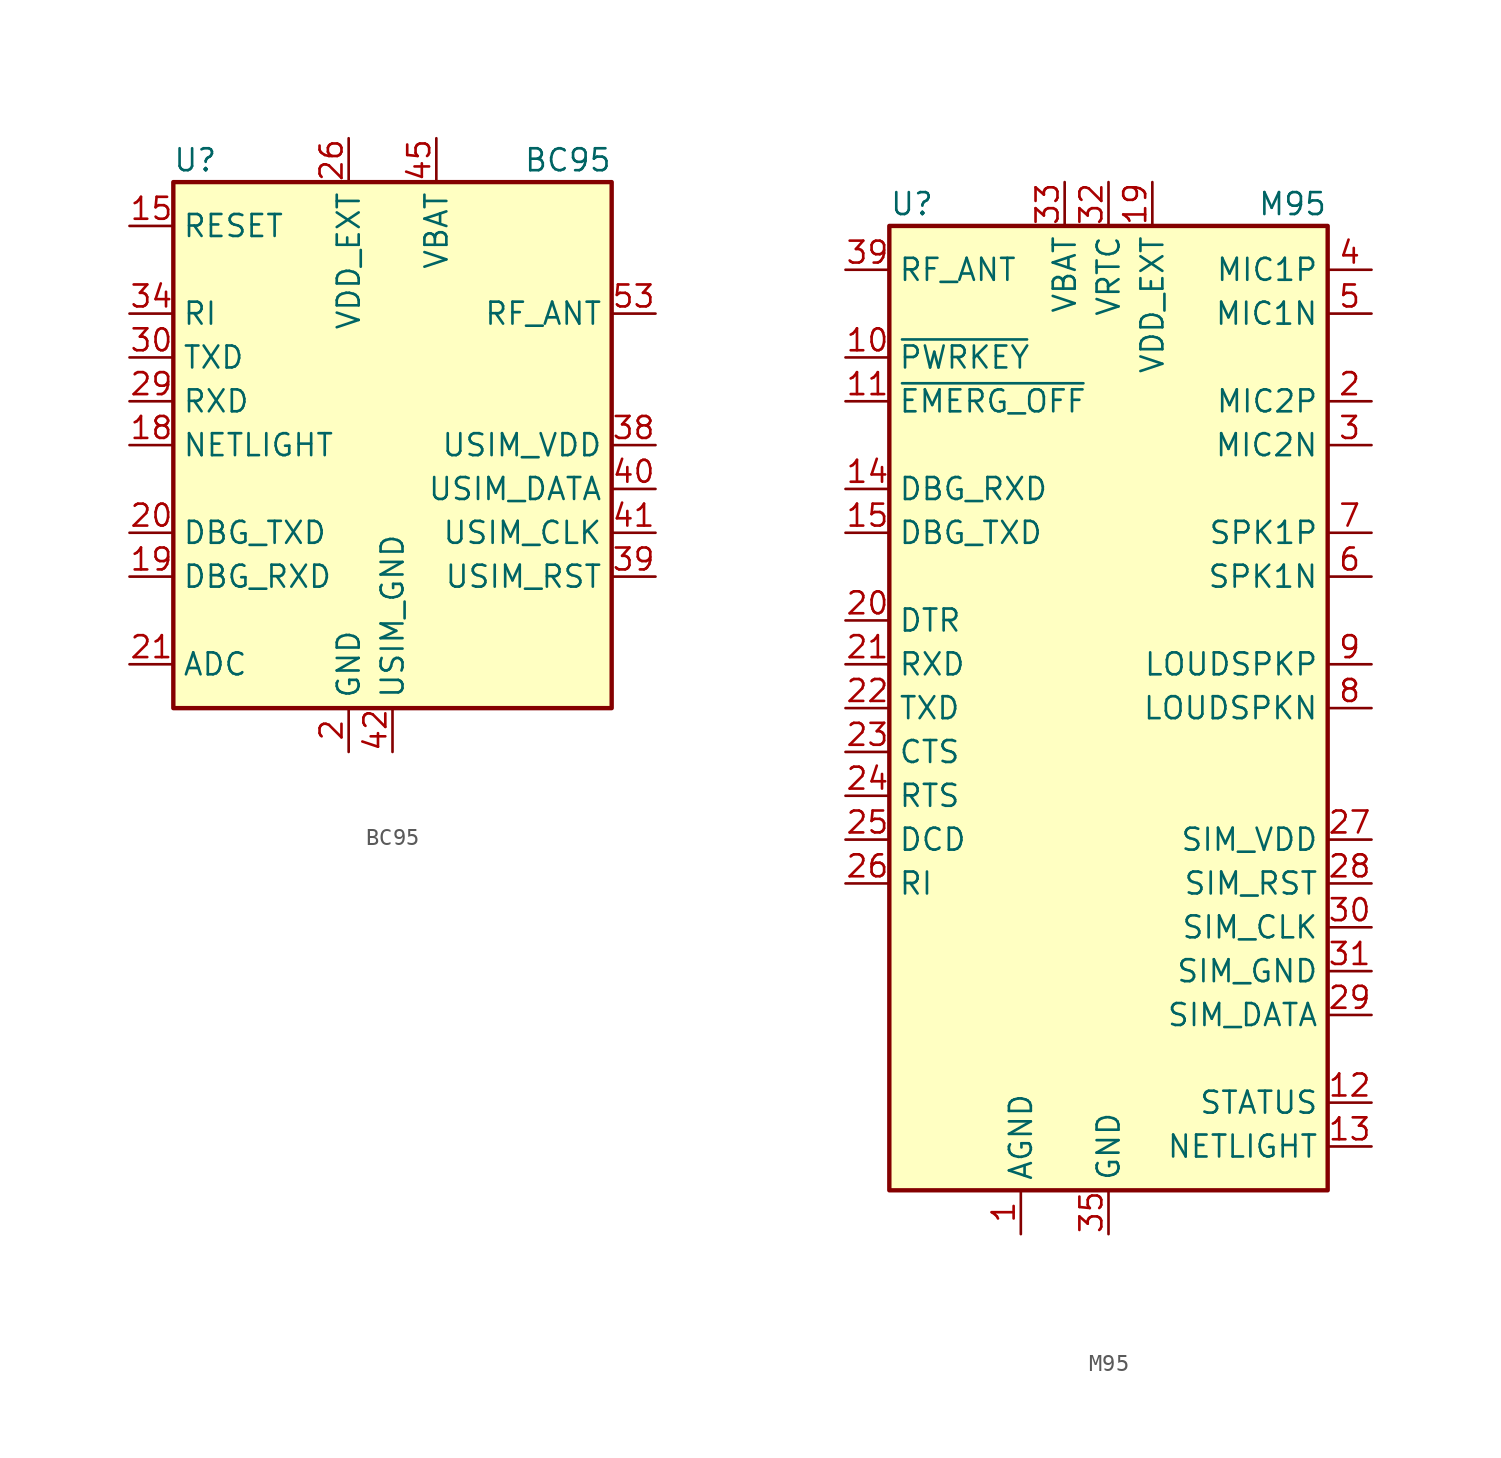
<source format=kicad_sym>
(kicad_symbol_lib
  (version 20241209)
  (generator "kicad_symbol_editor")
  (generator_version "9.0")
  (symbol "BC95"
    (property "Reference" "U"
      (at -11.43 16.51 0)
      (effects (font (size 1.27 1.27))))
    (property "Value" "BC95"
      (at 10.16 16.51 0)
      (effects (font (size 1.27 1.27))))
    (symbol "BC95_0_1"
      (rectangle (start -12.7 15.24) (end 12.7 -15.24) (stroke (width 0.254) (type default)) (fill (type background))))
    (symbol "BC95_1_1"
      (pin input line (at -15.24 12.7 0) (length 2.54) (name "RESET" (effects (font (size 1.27 1.27)))) (number "15" (effects (font (size 1.27 1.27)))))
      (pin output line (at -15.24 7.62 0) (length 2.54) (name "RI" (effects (font (size 1.27 1.27)))) (number "34" (effects (font (size 1.27 1.27)))))
      (pin output line (at -15.24 5.08 0) (length 2.54) (name "TXD" (effects (font (size 1.27 1.27)))) (number "30" (effects (font (size 1.27 1.27)))))
      (pin input line (at -15.24 2.54 0) (length 2.54) (name "RXD" (effects (font (size 1.27 1.27)))) (number "29" (effects (font (size 1.27 1.27)))))
      (pin output line (at -15.24 0 0) (length 2.54) (name "NETLIGHT" (effects (font (size 1.27 1.27)))) (number "18" (effects (font (size 1.27 1.27)))))
      (pin output line (at -15.24 -5.08 0) (length 2.54) (name "DBG_TXD" (effects (font (size 1.27 1.27)))) (number "20" (effects (font (size 1.27 1.27)))))
      (pin input line (at -15.24 -7.62 0) (length 2.54) (name "DBG_RXD" (effects (font (size 1.27 1.27)))) (number "19" (effects (font (size 1.27 1.27)))))
      (pin input line (at -15.24 -12.7 0) (length 2.54) (name "ADC" (effects (font (size 1.27 1.27)))) (number "21" (effects (font (size 1.27 1.27)))))
      (pin power_out line (at -2.54 17.78 270) (length 2.54) (name "VDD_EXT" (effects (font (size 1.27 1.27)))) (number "26" (effects (font (size 1.27 1.27)))))
      (pin power_in line (at -2.54 -17.78 90) (length 2.54) (name "GND" (effects (font (size 1.27 1.27)))) (number "2" (effects (font (size 1.27 1.27)))))
      (pin passive line (at -2.54 -17.78 90) (length 2.54) (hide yes) (name "GND" (effects (font (size 1.27 1.27)))) (number "43" (effects (font (size 1.27 1.27)))))
      (pin passive line (at -2.54 -17.78 90) (length 2.54) (hide yes) (name "GND" (effects (font (size 1.27 1.27)))) (number "47" (effects (font (size 1.27 1.27)))))
      (pin passive line (at -2.54 -17.78 90) (length 2.54) (hide yes) (name "GND" (effects (font (size 1.27 1.27)))) (number "48" (effects (font (size 1.27 1.27)))))
      (pin passive line (at -2.54 -17.78 90) (length 2.54) (hide yes) (name "GND" (effects (font (size 1.27 1.27)))) (number "51" (effects (font (size 1.27 1.27)))))
      (pin passive line (at -2.54 -17.78 90) (length 2.54) (hide yes) (name "GND" (effects (font (size 1.27 1.27)))) (number "52" (effects (font (size 1.27 1.27)))))
      (pin passive line (at -2.54 -17.78 90) (length 2.54) (hide yes) (name "GND" (effects (font (size 1.27 1.27)))) (number "54" (effects (font (size 1.27 1.27)))))
      (pin passive line (at -2.54 -17.78 90) (length 2.54) (hide yes) (name "GND" (effects (font (size 1.27 1.27)))) (number "59" (effects (font (size 1.27 1.27)))))
      (pin passive line (at -2.54 -17.78 90) (length 2.54) (hide yes) (name "GND" (effects (font (size 1.27 1.27)))) (number "60" (effects (font (size 1.27 1.27)))))
      (pin passive line (at -2.54 -17.78 90) (length 2.54) (hide yes) (name "GND" (effects (font (size 1.27 1.27)))) (number "61" (effects (font (size 1.27 1.27)))))
      (pin passive line (at -2.54 -17.78 90) (length 2.54) (hide yes) (name "GND" (effects (font (size 1.27 1.27)))) (number "62" (effects (font (size 1.27 1.27)))))
      (pin passive line (at -2.54 -17.78 90) (length 2.54) (hide yes) (name "GND" (effects (font (size 1.27 1.27)))) (number "63" (effects (font (size 1.27 1.27)))))
      (pin passive line (at -2.54 -17.78 90) (length 2.54) (hide yes) (name "GND" (effects (font (size 1.27 1.27)))) (number "64" (effects (font (size 1.27 1.27)))))
      (pin passive line (at -2.54 -17.78 90) (length 2.54) (hide yes) (name "GND" (effects (font (size 1.27 1.27)))) (number "65" (effects (font (size 1.27 1.27)))))
      (pin passive line (at -2.54 -17.78 90) (length 2.54) (hide yes) (name "GND" (effects (font (size 1.27 1.27)))) (number "66" (effects (font (size 1.27 1.27)))))
      (pin passive line (at -2.54 -17.78 90) (length 2.54) (hide yes) (name "GND" (effects (font (size 1.27 1.27)))) (number "71" (effects (font (size 1.27 1.27)))))
      (pin passive line (at -2.54 -17.78 90) (length 2.54) (hide yes) (name "GND" (effects (font (size 1.27 1.27)))) (number "72" (effects (font (size 1.27 1.27)))))
      (pin passive line (at -2.54 -17.78 90) (length 2.54) (hide yes) (name "GND" (effects (font (size 1.27 1.27)))) (number "73" (effects (font (size 1.27 1.27)))))
      (pin passive line (at -2.54 -17.78 90) (length 2.54) (hide yes) (name "GND" (effects (font (size 1.27 1.27)))) (number "74" (effects (font (size 1.27 1.27)))))
      (pin passive line (at -2.54 -17.78 90) (length 2.54) (hide yes) (name "GND" (effects (font (size 1.27 1.27)))) (number "81" (effects (font (size 1.27 1.27)))))
      (pin passive line (at -2.54 -17.78 90) (length 2.54) (hide yes) (name "GND" (effects (font (size 1.27 1.27)))) (number "82" (effects (font (size 1.27 1.27)))))
      (pin passive line (at -2.54 -17.78 90) (length 2.54) (hide yes) (name "GND" (effects (font (size 1.27 1.27)))) (number "83" (effects (font (size 1.27 1.27)))))
      (pin passive line (at -2.54 -17.78 90) (length 2.54) (hide yes) (name "GND" (effects (font (size 1.27 1.27)))) (number "92" (effects (font (size 1.27 1.27)))))
      (pin passive line (at -2.54 -17.78 90) (length 2.54) (hide yes) (name "GND" (effects (font (size 1.27 1.27)))) (number "93" (effects (font (size 1.27 1.27)))))
      (pin passive line (at -2.54 -17.78 90) (length 2.54) (hide yes) (name "GND" (effects (font (size 1.27 1.27)))) (number "94" (effects (font (size 1.27 1.27)))))
      (pin power_in line (at 0 -17.78 90) (length 2.54) (name "USIM_GND" (effects (font (size 1.27 1.27)))) (number "42" (effects (font (size 1.27 1.27)))))
      (pin power_in line (at 2.54 17.78 270) (length 2.54) (name "VBAT" (effects (font (size 1.27 1.27)))) (number "45" (effects (font (size 1.27 1.27)))))
      (pin passive line (at 2.54 17.78 270) (length 2.54) (hide yes) (name "VBAT" (effects (font (size 1.27 1.27)))) (number "46" (effects (font (size 1.27 1.27)))))
      (pin passive line (at 15.24 7.62 180) (length 2.54) (name "RF_ANT" (effects (font (size 1.27 1.27)))) (number "53" (effects (font (size 1.27 1.27)))))
      (pin power_out line (at 15.24 0 180) (length 2.54) (name "USIM_VDD" (effects (font (size 1.27 1.27)))) (number "38" (effects (font (size 1.27 1.27)))))
      (pin bidirectional line (at 15.24 -2.54 180) (length 2.54) (name "USIM_DATA" (effects (font (size 1.27 1.27)))) (number "40" (effects (font (size 1.27 1.27)))))
      (pin output line (at 15.24 -5.08 180) (length 2.54) (name "USIM_CLK" (effects (font (size 1.27 1.27)))) (number "41" (effects (font (size 1.27 1.27)))))
      (pin output line (at 15.24 -7.62 180) (length 2.54) (name "USIM_RST" (effects (font (size 1.27 1.27)))) (number "39" (effects (font (size 1.27 1.27)))))))
  (symbol "M95"
    (property "Reference" "U"
      (at -12.7 29.21 0)
      (effects (font (size 1.27 1.27)) (justify left)))
    (property "Value" "M95"
      (at 12.7 29.21 0)
      (effects (font (size 1.27 1.27)) (justify right)))
    (symbol "M95_0_1"
      (rectangle (start -12.7 27.94) (end 12.7 -27.94) (stroke (width 0.254) (type default)) (fill (type background))))
    (symbol "M95_1_1"
      (pin passive line (at -15.24 25.4 0) (length 2.54) (name "RF_ANT" (effects (font (size 1.27 1.27)))) (number "39" (effects (font (size 1.27 1.27)))))
      (pin input line (at -15.24 20.32 0) (length 2.54) (name "~{PWRKEY}" (effects (font (size 1.27 1.27)))) (number "10" (effects (font (size 1.27 1.27)))))
      (pin input line (at -15.24 17.78 0) (length 2.54) (name "~{EMERG_OFF}" (effects (font (size 1.27 1.27)))) (number "11" (effects (font (size 1.27 1.27)))))
      (pin input line (at -15.24 12.7 0) (length 2.54) (name "DBG_RXD" (effects (font (size 1.27 1.27)))) (number "14" (effects (font (size 1.27 1.27)))))
      (pin output line (at -15.24 10.16 0) (length 2.54) (name "DBG_TXD" (effects (font (size 1.27 1.27)))) (number "15" (effects (font (size 1.27 1.27)))))
      (pin input line (at -15.24 5.08 0) (length 2.54) (name "DTR" (effects (font (size 1.27 1.27)))) (number "20" (effects (font (size 1.27 1.27)))))
      (pin input line (at -15.24 2.54 0) (length 2.54) (name "RXD" (effects (font (size 1.27 1.27)))) (number "21" (effects (font (size 1.27 1.27)))))
      (pin output line (at -15.24 0 0) (length 2.54) (name "TXD" (effects (font (size 1.27 1.27)))) (number "22" (effects (font (size 1.27 1.27)))))
      (pin output line (at -15.24 -2.54 0) (length 2.54) (name "CTS" (effects (font (size 1.27 1.27)))) (number "23" (effects (font (size 1.27 1.27)))))
      (pin input line (at -15.24 -5.08 0) (length 2.54) (name "RTS" (effects (font (size 1.27 1.27)))) (number "24" (effects (font (size 1.27 1.27)))))
      (pin output line (at -15.24 -7.62 0) (length 2.54) (name "DCD" (effects (font (size 1.27 1.27)))) (number "25" (effects (font (size 1.27 1.27)))))
      (pin output line (at -15.24 -10.16 0) (length 2.54) (name "RI" (effects (font (size 1.27 1.27)))) (number "26" (effects (font (size 1.27 1.27)))))
      (pin no_connect line (at -12.7 -12.7 0) (length 2.54) (hide yes) (name "RESERVED" (effects (font (size 1.27 1.27)))) (number "16" (effects (font (size 1.27 1.27)))))
      (pin no_connect line (at -12.7 -15.24 0) (length 2.54) (hide yes) (name "RESERVED" (effects (font (size 1.27 1.27)))) (number "17" (effects (font (size 1.27 1.27)))))
      (pin no_connect line (at -12.7 -17.78 0) (length 2.54) (hide yes) (name "RESERVED" (effects (font (size 1.27 1.27)))) (number "18" (effects (font (size 1.27 1.27)))))
      (pin no_connect line (at -12.7 -20.32 0) (length 2.54) (hide yes) (name "RESERVED" (effects (font (size 1.27 1.27)))) (number "41" (effects (font (size 1.27 1.27)))))
      (pin no_connect line (at -12.7 -22.86 0) (length 2.54) (hide yes) (name "RESERVED" (effects (font (size 1.27 1.27)))) (number "42" (effects (font (size 1.27 1.27)))))
      (pin power_in line (at -5.08 -30.48 90) (length 2.54) (name "AGND" (effects (font (size 1.27 1.27)))) (number "1" (effects (font (size 1.27 1.27)))))
      (pin power_in line (at -2.54 30.48 270) (length 2.54) (name "VBAT" (effects (font (size 1.27 1.27)))) (number "33" (effects (font (size 1.27 1.27)))))
      (pin passive line (at -2.54 30.48 270) (length 2.54) (hide yes) (name "VBAT" (effects (font (size 1.27 1.27)))) (number "34" (effects (font (size 1.27 1.27)))))
      (pin power_in line (at 0 30.48 270) (length 2.54) (name "VRTC" (effects (font (size 1.27 1.27)))) (number "32" (effects (font (size 1.27 1.27)))))
      (pin power_in line (at 0 -30.48 90) (length 2.54) (name "GND" (effects (font (size 1.27 1.27)))) (number "35" (effects (font (size 1.27 1.27)))))
      (pin passive line (at 0 -30.48 90) (length 2.54) (hide yes) (name "GND" (effects (font (size 1.27 1.27)))) (number "36" (effects (font (size 1.27 1.27)))))
      (pin passive line (at 0 -30.48 90) (length 2.54) (hide yes) (name "GND" (effects (font (size 1.27 1.27)))) (number "37" (effects (font (size 1.27 1.27)))))
      (pin passive line (at 0 -30.48 90) (length 2.54) (hide yes) (name "GND" (effects (font (size 1.27 1.27)))) (number "38" (effects (font (size 1.27 1.27)))))
      (pin passive line (at 0 -30.48 90) (length 2.54) (hide yes) (name "GND" (effects (font (size 1.27 1.27)))) (number "40" (effects (font (size 1.27 1.27)))))
      (pin power_out line (at 2.54 30.48 270) (length 2.54) (name "VDD_EXT" (effects (font (size 1.27 1.27)))) (number "19" (effects (font (size 1.27 1.27)))))
      (pin input line (at 15.24 25.4 180) (length 2.54) (name "MIC1P" (effects (font (size 1.27 1.27)))) (number "4" (effects (font (size 1.27 1.27)))))
      (pin input line (at 15.24 22.86 180) (length 2.54) (name "MIC1N" (effects (font (size 1.27 1.27)))) (number "5" (effects (font (size 1.27 1.27)))))
      (pin input line (at 15.24 17.78 180) (length 2.54) (name "MIC2P" (effects (font (size 1.27 1.27)))) (number "2" (effects (font (size 1.27 1.27)))))
      (pin input line (at 15.24 15.24 180) (length 2.54) (name "MIC2N" (effects (font (size 1.27 1.27)))) (number "3" (effects (font (size 1.27 1.27)))))
      (pin output line (at 15.24 10.16 180) (length 2.54) (name "SPK1P" (effects (font (size 1.27 1.27)))) (number "7" (effects (font (size 1.27 1.27)))))
      (pin output line (at 15.24 7.62 180) (length 2.54) (name "SPK1N" (effects (font (size 1.27 1.27)))) (number "6" (effects (font (size 1.27 1.27)))))
      (pin output line (at 15.24 2.54 180) (length 2.54) (name "LOUDSPKP" (effects (font (size 1.27 1.27)))) (number "9" (effects (font (size 1.27 1.27)))))
      (pin output line (at 15.24 0 180) (length 2.54) (name "LOUDSPKN" (effects (font (size 1.27 1.27)))) (number "8" (effects (font (size 1.27 1.27)))))
      (pin power_out line (at 15.24 -7.62 180) (length 2.54) (name "SIM_VDD" (effects (font (size 1.27 1.27)))) (number "27" (effects (font (size 1.27 1.27)))))
      (pin output line (at 15.24 -10.16 180) (length 2.54) (name "SIM_RST" (effects (font (size 1.27 1.27)))) (number "28" (effects (font (size 1.27 1.27)))))
      (pin output line (at 15.24 -12.7 180) (length 2.54) (name "SIM_CLK" (effects (font (size 1.27 1.27)))) (number "30" (effects (font (size 1.27 1.27)))))
      (pin power_out line (at 15.24 -15.24 180) (length 2.54) (name "SIM_GND" (effects (font (size 1.27 1.27)))) (number "31" (effects (font (size 1.27 1.27)))))
      (pin bidirectional line (at 15.24 -17.78 180) (length 2.54) (name "SIM_DATA" (effects (font (size 1.27 1.27)))) (number "29" (effects (font (size 1.27 1.27)))))
      (pin output line (at 15.24 -22.86 180) (length 2.54) (name "STATUS" (effects (font (size 1.27 1.27)))) (number "12" (effects (font (size 1.27 1.27)))))
      (pin output line (at 15.24 -25.4 180) (length 2.54) (name "NETLIGHT" (effects (font (size 1.27 1.27)))) (number "13" (effects (font (size 1.27 1.27))))))))
</source>
